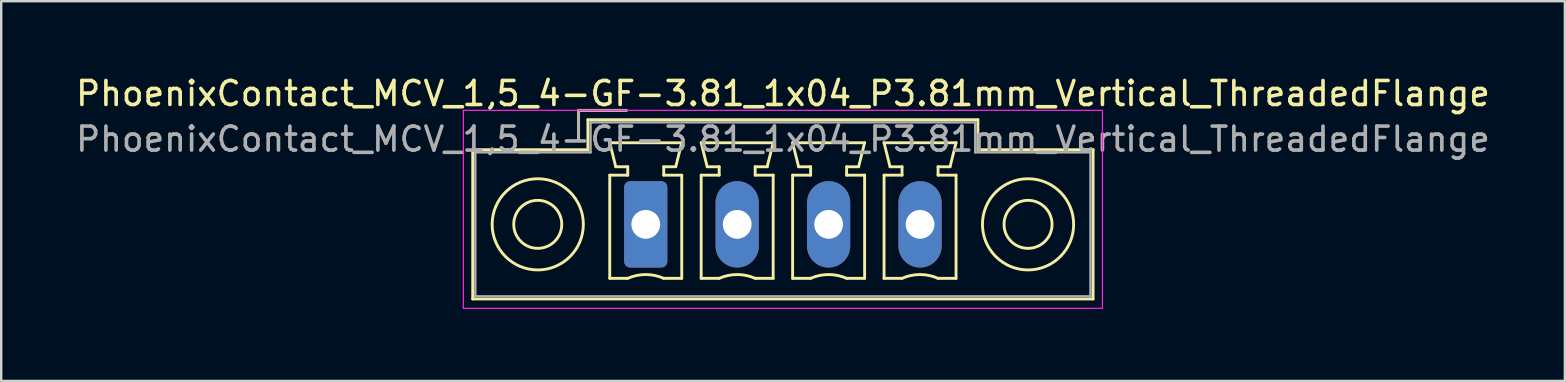
<source format=kicad_pcb>
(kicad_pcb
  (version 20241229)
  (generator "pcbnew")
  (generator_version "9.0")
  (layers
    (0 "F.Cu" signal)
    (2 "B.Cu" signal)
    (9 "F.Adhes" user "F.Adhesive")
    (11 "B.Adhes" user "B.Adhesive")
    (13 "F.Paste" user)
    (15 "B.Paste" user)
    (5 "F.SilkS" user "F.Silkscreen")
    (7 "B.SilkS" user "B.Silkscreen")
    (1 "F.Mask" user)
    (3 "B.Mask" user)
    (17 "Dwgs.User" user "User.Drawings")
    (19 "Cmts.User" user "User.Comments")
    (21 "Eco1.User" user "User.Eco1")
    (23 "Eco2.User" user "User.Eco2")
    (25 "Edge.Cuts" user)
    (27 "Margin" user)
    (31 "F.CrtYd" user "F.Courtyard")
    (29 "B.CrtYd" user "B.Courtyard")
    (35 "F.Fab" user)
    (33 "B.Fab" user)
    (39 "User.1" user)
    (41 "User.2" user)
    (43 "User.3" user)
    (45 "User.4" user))
  (footprint "PhoenixContact_MCV_1,5_4-GF-3.81_1x04_P3.81mm_Vertical_ThreadedFlange"
    (layer "F.Cu")
    (at 23.857 6.298)
    (property "Reference" "PhoenixContact_MCV_1,5_4-GF-3.81_1x04_P3.81mm_Vertical_ThreadedFlange" (at 5.72 -5.45 0) (layer "F.SilkS") (effects (font (size 1 1) (thickness 0.15))))
    (attr through_hole)
    (fp_line (start -7.21 -3.11) (end -7.21 3.11) (stroke (width 0.12) (type solid)) (layer "F.SilkS"))
    (fp_line (start -7.21 3.11) (end 18.64 3.11) (stroke (width 0.12) (type solid)) (layer "F.SilkS"))
    (fp_line (start -2.8 -4.75) (end -0.8 -4.75) (stroke (width 0.12) (type solid)) (layer "F.SilkS"))
    (fp_line (start -2.8 -3.5) (end -2.8 -4.75) (stroke (width 0.12) (type solid)) (layer "F.SilkS"))
    (fp_line (start -2.41 -4.36) (end -2.41 -3.11) (stroke (width 0.12) (type solid)) (layer "F.SilkS"))
    (fp_line (start -2.41 -3.11) (end -7.21 -3.11) (stroke (width 0.12) (type solid)) (layer "F.SilkS"))
    (fp_line (start -1.5 -3.4) (end 1.5 -3.4) (stroke (width 0.12) (type solid)) (layer "F.SilkS"))
    (fp_line (start -1.5 -2.05) (end -0.75 -2.05) (stroke (width 0.12) (type solid)) (layer "F.SilkS"))
    (fp_line (start -1.5 2.25) (end -1.5 -2.05) (stroke (width 0.12) (type solid)) (layer "F.SilkS"))
    (fp_line (start -1.25 -2.4) (end -1.5 -3.4) (stroke (width 0.12) (type solid)) (layer "F.SilkS"))
    (fp_line (start -0.75 -2.4) (end -1.25 -2.4) (stroke (width 0.12) (type solid)) (layer "F.SilkS"))
    (fp_line (start -0.75 -2.05) (end -0.75 -2.4) (stroke (width 0.12) (type solid)) (layer "F.SilkS"))
    (fp_line (start -0.75 2.25) (end -1.5 2.25) (stroke (width 0.12) (type solid)) (layer "F.SilkS"))
    (fp_line (start 0.75 -2.4) (end 0.75 -2.05) (stroke (width 0.12) (type solid)) (layer "F.SilkS"))
    (fp_line (start 0.75 -2.05) (end 1.5 -2.05) (stroke (width 0.12) (type solid)) (layer "F.SilkS"))
    (fp_line (start 1.25 -2.4) (end 0.75 -2.4) (stroke (width 0.12) (type solid)) (layer "F.SilkS"))
    (fp_line (start 1.5 -3.4) (end 1.25 -2.4) (stroke (width 0.12) (type solid)) (layer "F.SilkS"))
    (fp_line (start 1.5 -2.05) (end 1.5 2.25) (stroke (width 0.12) (type solid)) (layer "F.SilkS"))
    (fp_line (start 1.5 2.25) (end 0.75 2.25) (stroke (width 0.12) (type solid)) (layer "F.SilkS"))
    (fp_line (start 2.31 -3.4) (end 5.31 -3.4) (stroke (width 0.12) (type solid)) (layer "F.SilkS"))
    (fp_line (start 2.31 -2.05) (end 3.06 -2.05) (stroke (width 0.12) (type solid)) (layer "F.SilkS"))
    (fp_line (start 2.31 2.25) (end 2.31 -2.05) (stroke (width 0.12) (type solid)) (layer "F.SilkS"))
    (fp_line (start 2.56 -2.4) (end 2.31 -3.4) (stroke (width 0.12) (type solid)) (layer "F.SilkS"))
    (fp_line (start 3.06 -2.4) (end 2.56 -2.4) (stroke (width 0.12) (type solid)) (layer "F.SilkS"))
    (fp_line (start 3.06 -2.05) (end 3.06 -2.4) (stroke (width 0.12) (type solid)) (layer "F.SilkS"))
    (fp_line (start 3.06 2.25) (end 2.31 2.25) (stroke (width 0.12) (type solid)) (layer "F.SilkS"))
    (fp_line (start 4.56 -2.4) (end 4.56 -2.05) (stroke (width 0.12) (type solid)) (layer "F.SilkS"))
    (fp_line (start 4.56 -2.05) (end 5.31 -2.05) (stroke (width 0.12) (type solid)) (layer "F.SilkS"))
    (fp_line (start 5.06 -2.4) (end 4.56 -2.4) (stroke (width 0.12) (type solid)) (layer "F.SilkS"))
    (fp_line (start 5.31 -3.4) (end 5.06 -2.4) (stroke (width 0.12) (type solid)) (layer "F.SilkS"))
    (fp_line (start 5.31 -2.05) (end 5.31 2.25) (stroke (width 0.12) (type solid)) (layer "F.SilkS"))
    (fp_line (start 5.31 2.25) (end 4.56 2.25) (stroke (width 0.12) (type solid)) (layer "F.SilkS"))
    (fp_line (start 6.12 -3.4) (end 9.12 -3.4) (stroke (width 0.12) (type solid)) (layer "F.SilkS"))
    (fp_line (start 6.12 -2.05) (end 6.87 -2.05) (stroke (width 0.12) (type solid)) (layer "F.SilkS"))
    (fp_line (start 6.12 2.25) (end 6.12 -2.05) (stroke (width 0.12) (type solid)) (layer "F.SilkS"))
    (fp_line (start 6.37 -2.4) (end 6.12 -3.4) (stroke (width 0.12) (type solid)) (layer "F.SilkS"))
    (fp_line (start 6.87 -2.4) (end 6.37 -2.4) (stroke (width 0.12) (type solid)) (layer "F.SilkS"))
    (fp_line (start 6.87 -2.05) (end 6.87 -2.4) (stroke (width 0.12) (type solid)) (layer "F.SilkS"))
    (fp_line (start 6.87 2.25) (end 6.12 2.25) (stroke (width 0.12) (type solid)) (layer "F.SilkS"))
    (fp_line (start 8.37 -2.4) (end 8.37 -2.05) (stroke (width 0.12) (type solid)) (layer "F.SilkS"))
    (fp_line (start 8.37 -2.05) (end 9.12 -2.05) (stroke (width 0.12) (type solid)) (layer "F.SilkS"))
    (fp_line (start 8.87 -2.4) (end 8.37 -2.4) (stroke (width 0.12) (type solid)) (layer "F.SilkS"))
    (fp_line (start 9.12 -3.4) (end 8.87 -2.4) (stroke (width 0.12) (type solid)) (layer "F.SilkS"))
    (fp_line (start 9.12 -2.05) (end 9.12 2.25) (stroke (width 0.12) (type solid)) (layer "F.SilkS"))
    (fp_line (start 9.12 2.25) (end 8.37 2.25) (stroke (width 0.12) (type solid)) (layer "F.SilkS"))
    (fp_line (start 9.93 -3.4) (end 12.93 -3.4) (stroke (width 0.12) (type solid)) (layer "F.SilkS"))
    (fp_line (start 9.93 -2.05) (end 10.68 -2.05) (stroke (width 0.12) (type solid)) (layer "F.SilkS"))
    (fp_line (start 9.93 2.25) (end 9.93 -2.05) (stroke (width 0.12) (type solid)) (layer "F.SilkS"))
    (fp_line (start 10.18 -2.4) (end 9.93 -3.4) (stroke (width 0.12) (type solid)) (layer "F.SilkS"))
    (fp_line (start 10.68 -2.4) (end 10.18 -2.4) (stroke (width 0.12) (type solid)) (layer "F.SilkS"))
    (fp_line (start 10.68 -2.05) (end 10.68 -2.4) (stroke (width 0.12) (type solid)) (layer "F.SilkS"))
    (fp_line (start 10.68 2.25) (end 9.93 2.25) (stroke (width 0.12) (type solid)) (layer "F.SilkS"))
    (fp_line (start 12.18 -2.4) (end 12.18 -2.05) (stroke (width 0.12) (type solid)) (layer "F.SilkS"))
    (fp_line (start 12.18 -2.05) (end 12.93 -2.05) (stroke (width 0.12) (type solid)) (layer "F.SilkS"))
    (fp_line (start 12.68 -2.4) (end 12.18 -2.4) (stroke (width 0.12) (type solid)) (layer "F.SilkS"))
    (fp_line (start 12.93 -3.4) (end 12.68 -2.4) (stroke (width 0.12) (type solid)) (layer "F.SilkS"))
    (fp_line (start 12.93 -2.05) (end 12.93 2.25) (stroke (width 0.12) (type solid)) (layer "F.SilkS"))
    (fp_line (start 12.93 2.25) (end 12.18 2.25) (stroke (width 0.12) (type solid)) (layer "F.SilkS"))
    (fp_line (start 13.84 -4.36) (end -2.41 -4.36) (stroke (width 0.12) (type solid)) (layer "F.SilkS"))
    (fp_line (start 13.84 -3.11) (end 13.84 -4.36) (stroke (width 0.12) (type solid)) (layer "F.SilkS"))
    (fp_line (start 18.64 -3.11) (end 13.84 -3.11) (stroke (width 0.12) (type solid)) (layer "F.SilkS"))
    (fp_line (start 18.64 3.11) (end 18.64 -3.11) (stroke (width 0.12) (type solid)) (layer "F.SilkS"))
    (fp_arc (start -0.75 2.25) (mid -0.000193 2.09191) (end 0.749647 2.249844) (stroke (width 0.12) (type solid)) (layer "F.SilkS"))
    (fp_arc (start 3.06 2.25) (mid 3.809807 2.09191) (end 4.559647 2.249844) (stroke (width 0.12) (type solid)) (layer "F.SilkS"))
    (fp_arc (start 6.87 2.25) (mid 7.619807 2.09191) (end 8.369647 2.249844) (stroke (width 0.12) (type solid)) (layer "F.SilkS"))
    (fp_arc (start 10.68 2.25) (mid 11.429807 2.09191) (end 12.179647 2.249844) (stroke (width 0.12) (type solid)) (layer "F.SilkS"))
    (fp_circle (center -4.5 0) (end -3.5 0) (stroke (width 0.12) (type solid)) (fill no) (layer "F.SilkS"))
    (fp_circle (center -4.5 0) (end -2.6 0) (stroke (width 0.12) (type solid)) (fill no) (layer "F.SilkS"))
    (fp_circle (center 15.93 0) (end 16.93 0) (stroke (width 0.12) (type solid)) (fill no) (layer "F.SilkS"))
    (fp_circle (center 15.93 0) (end 17.83 0) (stroke (width 0.12) (type solid)) (fill no) (layer "F.SilkS"))
    (fp_line (start -7.6 -4.75) (end -7.6 3.5) (stroke (width 0.05) (type solid)) (layer "F.CrtYd"))
    (fp_line (start -7.6 3.5) (end 19.03 3.5) (stroke (width 0.05) (type solid)) (layer "F.CrtYd"))
    (fp_line (start 19.03 -4.75) (end -7.6 -4.75) (stroke (width 0.05) (type solid)) (layer "F.CrtYd"))
    (fp_line (start 19.03 3.5) (end 19.03 -4.75) (stroke (width 0.05) (type solid)) (layer "F.CrtYd"))
    (fp_line (start -7.1 -3) (end -7.1 3) (stroke (width 0.1) (type solid)) (layer "F.Fab"))
    (fp_line (start -7.1 3) (end 18.53 3) (stroke (width 0.1) (type solid)) (layer "F.Fab"))
    (fp_line (start -2.8 -4.75) (end -0.8 -4.75) (stroke (width 0.1) (type solid)) (layer "F.Fab"))
    (fp_line (start -2.8 -3.5) (end -2.8 -4.75) (stroke (width 0.1) (type solid)) (layer "F.Fab"))
    (fp_line (start -2.3 -4.25) (end -2.3 -3) (stroke (width 0.1) (type solid)) (layer "F.Fab"))
    (fp_line (start -2.3 -3) (end -7.1 -3) (stroke (width 0.1) (type solid)) (layer "F.Fab"))
    (fp_line (start 13.73 -4.25) (end -2.3 -4.25) (stroke (width 0.1) (type solid)) (layer "F.Fab"))
    (fp_line (start 13.73 -3) (end 13.73 -4.25) (stroke (width 0.1) (type solid)) (layer "F.Fab"))
    (fp_line (start 18.53 -3) (end 13.73 -3) (stroke (width 0.1) (type solid)) (layer "F.Fab"))
    (fp_line (start 18.53 3) (end 18.53 -3) (stroke (width 0.1) (type solid)) (layer "F.Fab"))
    (fp_text user "${REFERENCE}" (at 5.72 -3.55 0) (layer "F.Fab") (effects (font (size 1 1) (thickness 0.15))))
    (pad "1" thru_hole roundrect (at 0 0) (size 1.8 3.6) (drill 1.2) (layers "*.Cu" "*.Mask") (roundrect_rratio 0.139))
    (pad "2" thru_hole oval (at 3.81 0) (size 1.8 3.6) (drill 1.2) (layers "*.Cu" "*.Mask"))
    (pad "3" thru_hole oval (at 7.62 0) (size 1.8 3.6) (drill 1.2) (layers "*.Cu" "*.Mask"))
    (pad "4" thru_hole oval (at 11.43 0) (size 1.8 3.6) (drill 1.2) (layers "*.Cu" "*.Mask")))
  (gr_rect
    (start -3 -3)
    (end 62.155 12.823)
    (stroke (width 0.1) (type default))
    (fill no)
    (layer "Edge.Cuts")))
</source>
